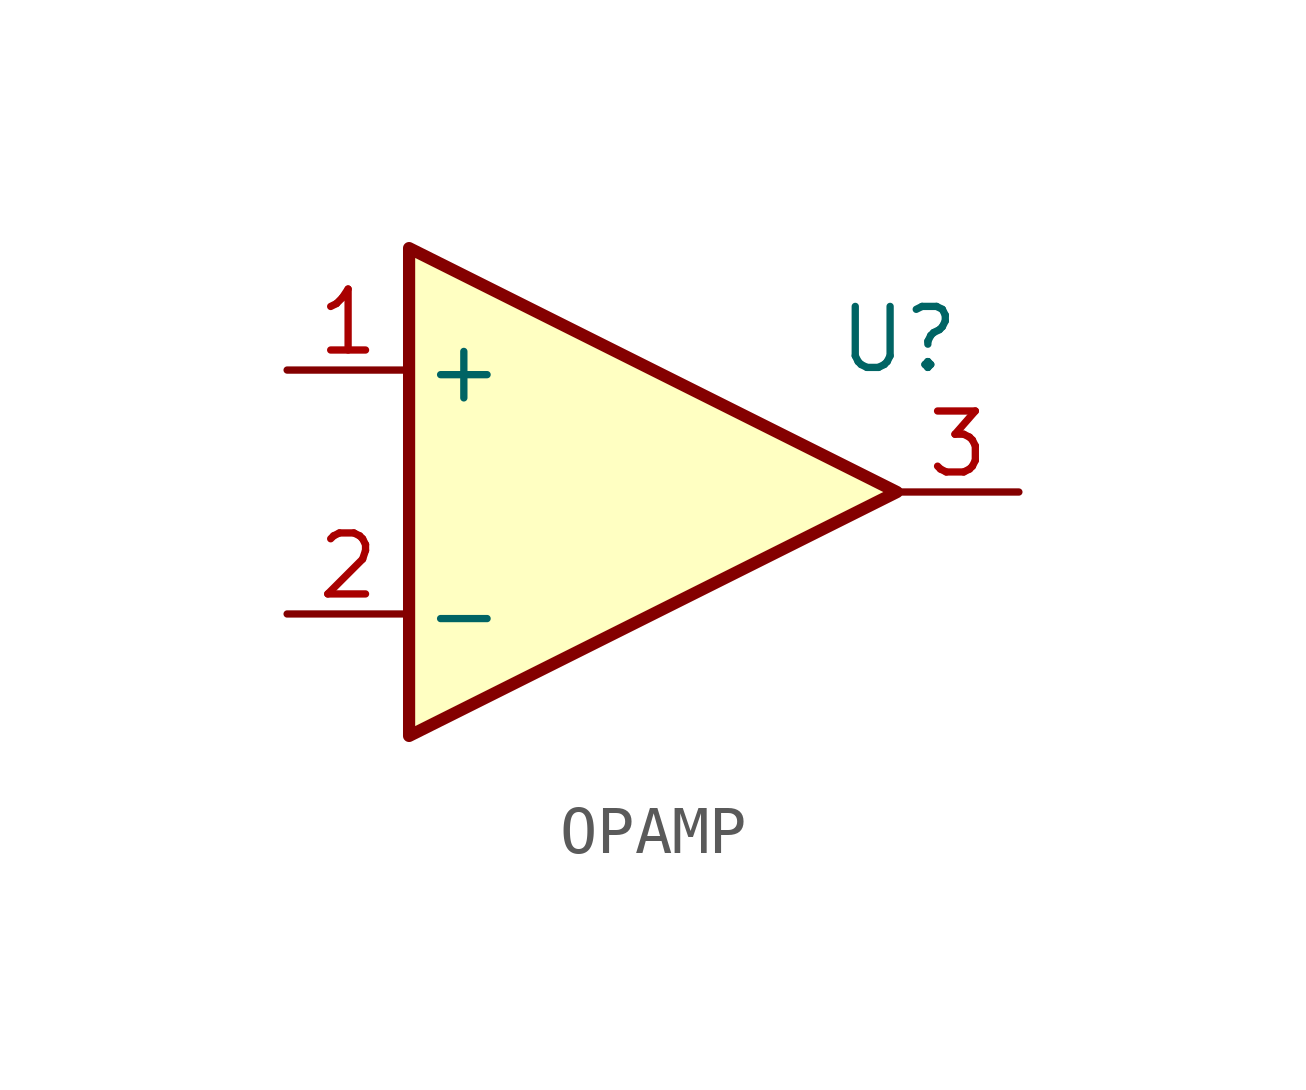
<source format=kicad_sym>
(kicad_symbol_lib
  (version 20231120)
  (generator "kicad_symbol_editor")
  (generator_version "8.0")
  (symbol "OPAMP"
    (pin_names
      (offset 0.254))
    (property "Reference" "U"
      (at 3.81 3.175 0)
      (effects (font (size 1.27 1.27)) (justify left)))
    (symbol "OPAMP_0_1"
      (polyline (pts (xy 5.08 0) (xy -5.08 5.08) (xy -5.08 -5.08) (xy 5.08 0)) (stroke (width 0.254) (type default)) (fill (type background))))
    (symbol "OPAMP_1_1"
      (pin input line (at -7.62 2.54 0) (length 2.54) (name "+" (effects (font (size 1.27 1.27)))) (number "1" (effects (font (size 1.27 1.27)))))
      (pin input line (at -7.62 -2.54 0) (length 2.54) (name "-" (effects (font (size 1.27 1.27)))) (number "2" (effects (font (size 1.27 1.27)))))
      (pin output line (at 7.62 0 180) (length 2.54) (name "~" (effects (font (size 1.27 1.27)))) (number "3" (effects (font (size 1.27 1.27))))))))
</source>
